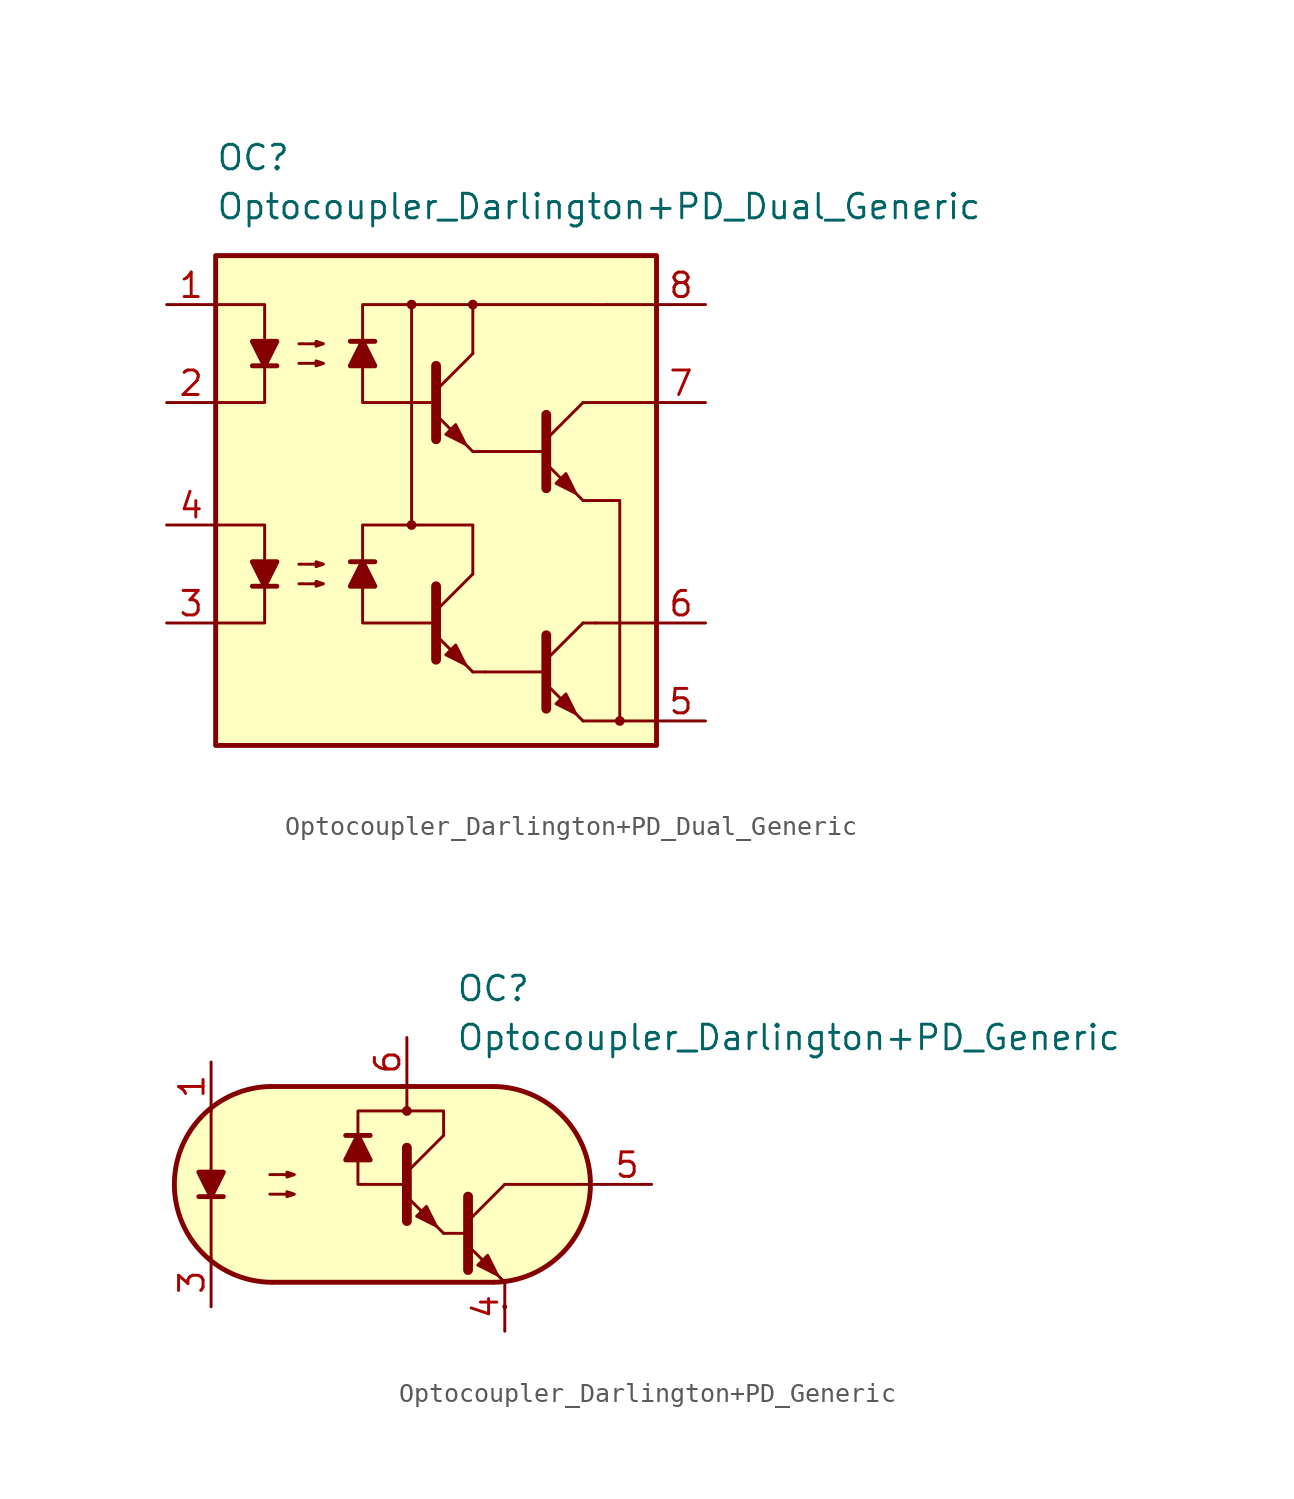
<source format=kicad_sym>
(kicad_symbol_lib
  (version 20211014)
  (generator kicad_symbol_editor)
  (symbol "Optocoupler_AKL:Optocoupler_Darlington+PD_Dual_Generic"
    (pin_names
      (offset 1.016))
    (property "Reference" "OC"
      (at -11.43 17.78 0)
      (effects (font (size 1.27 1.27)) (justify left)))
    (property "Value" "Optocoupler_Darlington+PD_Dual_Generic"
      (at -11.43 15.24 0)
      (effects (font (size 1.27 1.27)) (justify left)))
    (symbol "Optocoupler_Darlington+PD_Dual_Generic_0_0"
      (rectangle (start -11.43 12.7) (end 11.43 -12.7) (stroke (width 0.254) (type default) (color 0 0 0 0)) (fill (type background)))
      (circle (center -1.27 -1.27) (radius 0.178) (stroke (width 0)) (stroke (width 0) (type default) (color 0 0 0 0)) (fill (type outline)))
      (circle (center -1.27 10.16) (radius 0.178) (stroke (width 0)) (stroke (width 0) (type default) (color 0 0 0 0)) (fill (type outline)))
      (circle (center 1.905 10.16) (radius 0.178) (stroke (width 0)) (stroke (width 0) (type default) (color 0 0 0 0)) (fill (type outline)))
      (circle (center 9.525 -11.43) (radius 0.178) (stroke (width 0)) (stroke (width 0) (type default) (color 0 0 0 0)) (fill (type outline))))
    (symbol "Optocoupler_Darlington+PD_Dual_Generic_0_1"
      (polyline (pts (xy -9.525 -4.445) (xy -8.255 -4.445)) (stroke (width 0.254) (type default) (color 0 0 0 0)) (fill (type none)))
      (polyline (pts (xy 0 -5.715) (xy 1.905 -3.81)) (stroke (width 0) (type default) (color 0 0 0 0)) (fill (type none)))
      (polyline (pts (xy 1.905 -8.89) (xy 0 -6.985)) (stroke (width 0) (type default) (color 0 0 0 0)) (fill (type outline)))
      (polyline (pts (xy 1.905 -8.89) (xy 2.54 -8.89)) (stroke (width 0) (type default) (color 0 0 0 0)) (fill (type none)))
      (polyline (pts (xy 1.905 7.62) (xy 1.905 10.16)) (stroke (width 0.152) (type default) (color 0 0 0 0)) (fill (type none)))
      (polyline (pts (xy 2.54 -8.89) (xy 5.715 -8.89)) (stroke (width 0.152) (type default) (color 0 0 0 0)) (fill (type none)))
      (polyline (pts (xy 2.54 2.54) (xy 5.715 2.54)) (stroke (width 0.152) (type default) (color 0 0 0 0)) (fill (type none)))
      (polyline (pts (xy 5.715 -8.255) (xy 7.62 -6.35)) (stroke (width 0) (type default) (color 0 0 0 0)) (fill (type none)))
      (polyline (pts (xy 5.715 3.175) (xy 7.62 5.08)) (stroke (width 0) (type default) (color 0 0 0 0)) (fill (type none)))
      (polyline (pts (xy 7.62 -11.43) (xy 5.715 -9.525)) (stroke (width 0) (type default) (color 0 0 0 0)) (fill (type outline)))
      (polyline (pts (xy 7.62 -11.43) (xy 11.43 -11.43)) (stroke (width 0.152) (type default) (color 0 0 0 0)) (fill (type none)))
      (polyline (pts (xy 7.62 -6.35) (xy 8.255 -6.35)) (stroke (width 0) (type default) (color 0 0 0 0)) (fill (type none)))
      (polyline (pts (xy 7.62 0) (xy 5.715 1.905)) (stroke (width 0) (type default) (color 0 0 0 0)) (fill (type outline)))
      (polyline (pts (xy 7.62 0) (xy 8.255 0)) (stroke (width 0) (type default) (color 0 0 0 0)) (fill (type none)))
      (polyline (pts (xy 7.62 5.08) (xy 8.255 5.08)) (stroke (width 0) (type default) (color 0 0 0 0)) (fill (type none)))
      (polyline (pts (xy 8.255 -6.35) (xy 11.43 -6.35)) (stroke (width 0.152) (type default) (color 0 0 0 0)) (fill (type none)))
      (polyline (pts (xy 8.255 5.08) (xy 11.43 5.08)) (stroke (width 0.152) (type default) (color 0 0 0 0)) (fill (type none)))
      (polyline (pts (xy 8.89 10.16) (xy 11.43 10.16)) (stroke (width 0.152) (type default) (color 0 0 0 0)) (fill (type none)))
      (polyline (pts (xy -11.43 -1.27) (xy -8.89 -1.27) (xy -8.89 -4.445)) (stroke (width 0) (type default) (color 0 0 0 0)) (fill (type none)))
      (polyline (pts (xy -8.89 -4.445) (xy -8.89 -6.35) (xy -11.43 -6.35)) (stroke (width 0) (type default) (color 0 0 0 0)) (fill (type none)))
      (polyline (pts (xy 0 -4.445) (xy 0 -8.255) (xy 0 -8.255)) (stroke (width 0.508) (type default) (color 0 0 0 0)) (fill (type none)))
      (polyline (pts (xy 1.905 -3.81) (xy 1.905 -1.27) (xy -1.27 -1.27)) (stroke (width 0.152) (type default) (color 0 0 0 0)) (fill (type none)))
      (polyline (pts (xy 5.715 -6.985) (xy 5.715 -10.795) (xy 5.715 -10.795)) (stroke (width 0.508) (type default) (color 0 0 0 0)) (fill (type none)))
      (polyline (pts (xy 5.715 4.445) (xy 5.715 0.635) (xy 5.715 0.635)) (stroke (width 0.508) (type default) (color 0 0 0 0)) (fill (type none)))
      (polyline (pts (xy 8.255 0) (xy 9.525 0) (xy 9.525 -11.43)) (stroke (width 0.152) (type default) (color 0 0 0 0)) (fill (type none)))
      (polyline (pts (xy -8.89 -4.445) (xy -9.525 -3.175) (xy -8.255 -3.175) (xy -8.89 -4.445)) (stroke (width 0.254) (type default) (color 0 0 0 0)) (fill (type outline)))
      (polyline (pts (xy 0 5.08) (xy -3.81 5.08) (xy -3.81 10.16) (xy 8.89 10.16)) (stroke (width 0.152) (type default) (color 0 0 0 0)) (fill (type none)))
      (polyline (pts (xy -7.112 -4.318) (xy -5.842 -4.318) (xy -6.223 -4.445) (xy -6.223 -4.191) (xy -5.842 -4.318)) (stroke (width 0) (type default) (color 0 0 0 0)) (fill (type none)))
      (polyline (pts (xy -7.112 -3.302) (xy -5.842 -3.302) (xy -6.223 -3.429) (xy -6.223 -3.175) (xy -5.842 -3.302)) (stroke (width 0) (type default) (color 0 0 0 0)) (fill (type none)))
      (polyline (pts (xy 0 -6.35) (xy -3.81 -6.35) (xy -3.81 -1.27) (xy -1.27 -1.27) (xy -1.27 10.16)) (stroke (width 0.152) (type default) (color 0 0 0 0)) (fill (type none)))
      (polyline (pts (xy 0.508 -8.001) (xy 1.016 -7.493) (xy 1.524 -8.509) (xy 0.508 -8.001) (xy 0.508 -8.001)) (stroke (width 0) (type default) (color 0 0 0 0)) (fill (type outline)))
      (polyline (pts (xy 6.223 -10.541) (xy 6.731 -10.033) (xy 7.239 -11.049) (xy 6.223 -10.541) (xy 6.223 -10.541)) (stroke (width 0) (type default) (color 0 0 0 0)) (fill (type outline)))
      (polyline (pts (xy 6.223 0.889) (xy 6.731 1.397) (xy 7.239 0.381) (xy 6.223 0.889) (xy 6.223 0.889)) (stroke (width 0) (type default) (color 0 0 0 0)) (fill (type outline))))
    (symbol "Optocoupler_Darlington+PD_Dual_Generic_1_1"
      (polyline (pts (xy -9.525 6.985) (xy -8.255 6.985)) (stroke (width 0.254) (type default) (color 0 0 0 0)) (fill (type none)))
      (polyline (pts (xy -3.175 -3.175) (xy -4.445 -3.175)) (stroke (width 0.254) (type default) (color 0 0 0 0)) (fill (type none)))
      (polyline (pts (xy -3.175 8.255) (xy -4.445 8.255)) (stroke (width 0.254) (type default) (color 0 0 0 0)) (fill (type none)))
      (polyline (pts (xy 0 5.715) (xy 1.905 7.62)) (stroke (width 0) (type default) (color 0 0 0 0)) (fill (type none)))
      (polyline (pts (xy 1.905 2.54) (xy 0 4.445)) (stroke (width 0) (type default) (color 0 0 0 0)) (fill (type outline)))
      (polyline (pts (xy 1.905 2.54) (xy 2.54 2.54)) (stroke (width 0) (type default) (color 0 0 0 0)) (fill (type none)))
      (polyline (pts (xy -11.43 10.16) (xy -8.89 10.16) (xy -8.89 6.985)) (stroke (width 0) (type default) (color 0 0 0 0)) (fill (type none)))
      (polyline (pts (xy -8.89 6.985) (xy -8.89 5.08) (xy -11.43 5.08)) (stroke (width 0) (type default) (color 0 0 0 0)) (fill (type none)))
      (polyline (pts (xy 0 6.985) (xy 0 3.175) (xy 0 3.175)) (stroke (width 0.508) (type default) (color 0 0 0 0)) (fill (type none)))
      (polyline (pts (xy -8.89 6.985) (xy -9.525 8.255) (xy -8.255 8.255) (xy -8.89 6.985)) (stroke (width 0.254) (type default) (color 0 0 0 0)) (fill (type outline)))
      (polyline (pts (xy -3.81 -3.175) (xy -3.175 -4.445) (xy -4.445 -4.445) (xy -3.81 -3.175)) (stroke (width 0.254) (type default) (color 0 0 0 0)) (fill (type outline)))
      (polyline (pts (xy -3.81 8.255) (xy -3.175 6.985) (xy -4.445 6.985) (xy -3.81 8.255)) (stroke (width 0.254) (type default) (color 0 0 0 0)) (fill (type outline)))
      (polyline (pts (xy -7.112 7.112) (xy -5.842 7.112) (xy -6.223 6.985) (xy -6.223 7.239) (xy -5.842 7.112)) (stroke (width 0) (type default) (color 0 0 0 0)) (fill (type none)))
      (polyline (pts (xy -7.112 8.128) (xy -5.842 8.128) (xy -6.223 8.001) (xy -6.223 8.255) (xy -5.842 8.128)) (stroke (width 0) (type default) (color 0 0 0 0)) (fill (type none)))
      (polyline (pts (xy 0.508 3.429) (xy 1.016 3.937) (xy 1.524 2.921) (xy 0.508 3.429) (xy 0.508 3.429)) (stroke (width 0) (type default) (color 0 0 0 0)) (fill (type outline)))
      (pin passive line (at -13.97 10.16 0) (length 2.54) (name "~" (effects (font (size 1.27 1.27)))) (number "1" (effects (font (size 1.27 1.27)))))
      (pin passive line (at -13.97 5.08 0) (length 2.54) (name "~" (effects (font (size 1.27 1.27)))) (number "2" (effects (font (size 1.27 1.27)))))
      (pin passive line (at -13.97 -6.35 0) (length 2.54) (name "~" (effects (font (size 1.27 1.27)))) (number "3" (effects (font (size 1.27 1.27)))))
      (pin passive line (at -13.97 -1.27 0) (length 2.54) (name "~" (effects (font (size 1.27 1.27)))) (number "4" (effects (font (size 1.27 1.27)))))
      (pin passive line (at 13.97 -11.43 180) (length 2.54) (name "~" (effects (font (size 1.27 1.27)))) (number "5" (effects (font (size 1.27 1.27)))))
      (pin passive line (at 13.97 -6.35 180) (length 2.54) (name "~" (effects (font (size 1.27 1.27)))) (number "6" (effects (font (size 1.27 1.27)))))
      (pin passive line (at 13.97 5.08 180) (length 2.54) (name "~" (effects (font (size 1.27 1.27)))) (number "7" (effects (font (size 1.27 1.27)))))
      (pin passive line (at 13.97 10.16 180) (length 2.54) (name "~" (effects (font (size 1.27 1.27)))) (number "8" (effects (font (size 1.27 1.27)))))))
  (symbol "Optocoupler_AKL:Optocoupler_Darlington+PD_Generic"
    (pin_names
      (offset 1.016))
    (property "Reference" "OC"
      (at 10.16 10.16 0)
      (effects (font (size 1.27 1.27)) (justify left)))
    (property "Value" "Optocoupler_Darlington+PD_Generic"
      (at 10.16 7.62 0)
      (effects (font (size 1.27 1.27)) (justify left)))
    (symbol "Optocoupler_Darlington+PD_Generic_0_0"
      (polyline (pts (xy 10.795 -2.54) (xy 9.525 -2.54)) (stroke (width 0) (type default) (color 0 0 0 0)) (fill (type none)))
      (rectangle (start 12.7 -6.35) (end 12.7 -6.35) (stroke (width 0.254) (type default) (color 0 0 0 0)) (fill (type background))))
    (symbol "Optocoupler_Darlington+PD_Generic_0_1"
      (polyline (pts (xy -3.175 -0.635) (xy -1.905 -0.635)) (stroke (width 0.254) (type default) (color 0 0 0 0)) (fill (type none)))
      (polyline (pts (xy -2.54 -3.81) (xy -2.54 3.81)) (stroke (width 0.152) (type default) (color 0 0 0 0)) (fill (type none)))
      (polyline (pts (xy 0.635 5.08) (xy 12.065 5.08)) (stroke (width 0.254) (type default) (color 0 0 0 0)) (fill (type none)))
      (polyline (pts (xy 7.62 3.81) (xy 7.62 5.08)) (stroke (width 0.152) (type default) (color 0 0 0 0)) (fill (type none)))
      (polyline (pts (xy 10.795 -1.905) (xy 12.7 0)) (stroke (width 0) (type default) (color 0 0 0 0)) (fill (type none)))
      (polyline (pts (xy 12.065 -5.08) (xy 0.635 -5.08)) (stroke (width 0.254) (type default) (color 0 0 0 0)) (fill (type none)))
      (polyline (pts (xy 12.7 -5.08) (xy 10.795 -3.175)) (stroke (width 0) (type default) (color 0 0 0 0)) (fill (type outline)))
      (polyline (pts (xy 12.7 0) (xy 17.78 0)) (stroke (width 0.152) (type default) (color 0 0 0 0)) (fill (type none)))
      (polyline (pts (xy 10.795 -0.635) (xy 10.795 -4.445) (xy 10.795 -4.445)) (stroke (width 0.508) (type default) (color 0 0 0 0)) (fill (type none)))
      (polyline (pts (xy -2.54 -0.635) (xy -3.175 0.635) (xy -1.905 0.635) (xy -2.54 -0.635)) (stroke (width 0.254) (type default) (color 0 0 0 0)) (fill (type outline)))
      (polyline (pts (xy 0.508 -0.508) (xy 1.778 -0.508) (xy 1.397 -0.635) (xy 1.397 -0.381) (xy 1.778 -0.508)) (stroke (width 0) (type default) (color 0 0 0 0)) (fill (type none)))
      (polyline (pts (xy 0.508 0.508) (xy 1.778 0.508) (xy 1.397 0.381) (xy 1.397 0.635) (xy 1.778 0.508)) (stroke (width 0) (type default) (color 0 0 0 0)) (fill (type none)))
      (polyline (pts (xy 9.525 2.54) (xy 9.525 3.81) (xy 5.08 3.81) (xy 5.08 0) (xy 7.62 0)) (stroke (width 0.152) (type default) (color 0 0 0 0)) (fill (type none)))
      (polyline (pts (xy 11.303 -4.191) (xy 11.811 -3.683) (xy 12.319 -4.699) (xy 11.303 -4.191) (xy 11.303 -4.191)) (stroke (width 0) (type default) (color 0 0 0 0)) (fill (type outline)))
      (polyline (pts (xy 0.635 5.08) (xy -0.635 4.953) (xy -2.032 4.318) (xy -3.048 3.556) (xy -3.937 2.286) (xy -4.318 0.889) (xy -4.445 0) (xy -4.318 -1.27) (xy -3.81 -2.54) (xy -3.048 -3.429) (xy -2.159 -4.191) (xy -1.143 -4.699) (xy -0.381 -4.953) (xy 0.508 -5.08) (xy 12.319 -5.08) (xy 13.589 -4.826) (xy 14.732 -4.318) (xy 15.621 -3.683) (xy 16.51 -2.54) (xy 17.018 -1.27) (xy 17.145 0) (xy 17.018 1.27) (xy 16.637 2.286) (xy 15.875 3.429) (xy 14.986 4.191) (xy 13.716 4.826) (xy 12.573 5.08) (xy 12.065 5.08) (xy 0.635 5.08)) (stroke (width 0.01) (type default) (color 0 0 0 0)) (fill (type background)))
      (arc (start 0.6031 5.08) (mid -4.4451 0) (end 0.6031 -5.08) (stroke (width 0.254) (type default) (color 0 0 0 0)) (fill (type none)))
      (arc (start 12.0969 -5.08) (mid 17.1451 0) (end 12.0969 5.08) (stroke (width 0.254) (type default) (color 0 0 0 0)) (fill (type none))))
    (symbol "Optocoupler_Darlington+PD_Generic_1_1"
      (polyline (pts (xy 5.715 2.54) (xy 4.445 2.54)) (stroke (width 0.254) (type default) (color 0 0 0 0)) (fill (type none)))
      (polyline (pts (xy 7.62 0.635) (xy 9.525 2.54)) (stroke (width 0) (type default) (color 0 0 0 0)) (fill (type none)))
      (polyline (pts (xy 9.525 -2.54) (xy 7.62 -0.635)) (stroke (width 0) (type default) (color 0 0 0 0)) (fill (type outline)))
      (polyline (pts (xy 7.62 1.905) (xy 7.62 -1.905) (xy 7.62 -1.905)) (stroke (width 0.508) (type default) (color 0 0 0 0)) (fill (type none)))
      (polyline (pts (xy 5.08 2.54) (xy 5.715 1.27) (xy 4.445 1.27) (xy 5.08 2.54)) (stroke (width 0.254) (type default) (color 0 0 0 0)) (fill (type outline)))
      (polyline (pts (xy 8.128 -1.651) (xy 8.636 -1.143) (xy 9.144 -2.159) (xy 8.128 -1.651) (xy 8.128 -1.651)) (stroke (width 0) (type default) (color 0 0 0 0)) (fill (type outline)))
      (circle (center 7.62 3.81) (radius 0.178) (stroke (width 0)) (stroke (width 0) (type default) (color 0 0 0 0)) (fill (type outline)))
      (pin passive line (at -2.54 6.35 270) (length 2.54) (name "~" (effects (font (size 1.27 1.27)))) (number "1" (effects (font (size 1.27 1.27)))))
      (pin passive line (at -2.54 -6.35 90) (length 2.54) (name "~" (effects (font (size 1.27 1.27)))) (number "3" (effects (font (size 1.27 1.27)))))
      (pin passive line (at 12.7 -7.62 90) (length 2.54) (name "~" (effects (font (size 1.27 1.27)))) (number "4" (effects (font (size 1.27 1.27)))))
      (pin passive line (at 20.32 0 180) (length 2.54) (name "~" (effects (font (size 1.27 1.27)))) (number "5" (effects (font (size 1.27 1.27)))))
      (pin passive line (at 7.62 7.62 270) (length 2.54) (name "~" (effects (font (size 1.27 1.27)))) (number "6" (effects (font (size 1.27 1.27))))))))
</source>
